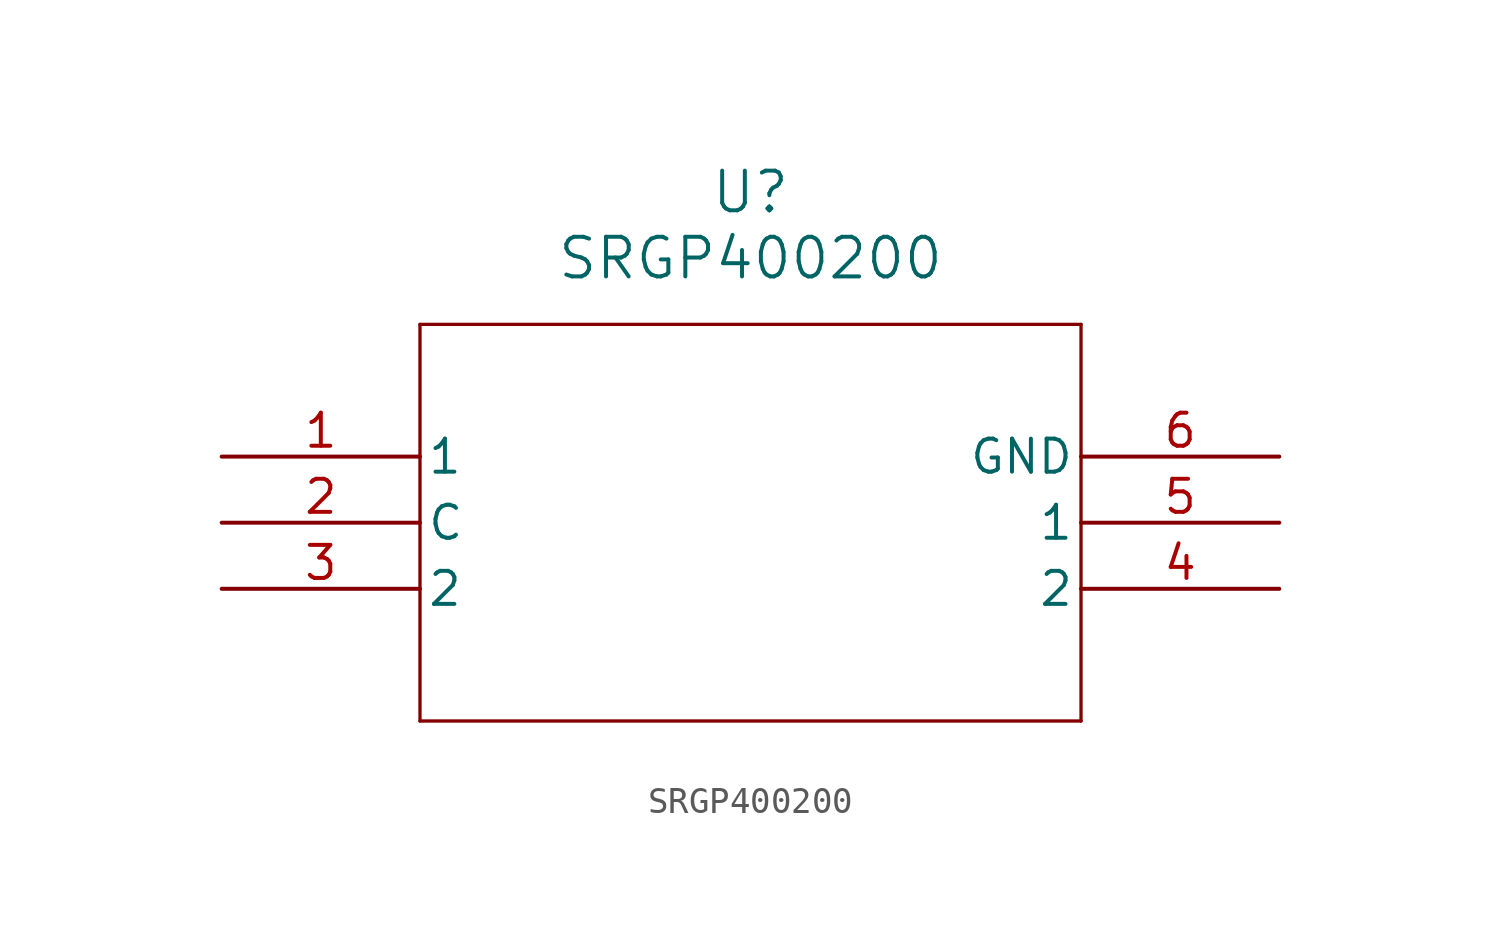
<source format=kicad_sym>
(kicad_symbol_lib
  (version 20211014)
  (generator kicad_symbol_editor)
  (symbol "SRGP400200"
    (pin_names
      (offset 0.254))
    (property "Reference" "U"
      (at 20.32 10.16 0)
      (effects (font (size 1.524 1.524))))
    (property "Value" "SRGP400200"
      (at 20.32 7.62 0)
      (effects (font (size 1.524 1.524))))
    (symbol "SRGP400200_0_1"
      (polyline (pts (xy 7.62 5.08) (xy 7.62 -10.16)) (stroke (width 0.127) (type default) (color 0 0 0 0)) (fill (type none)))
      (polyline (pts (xy 7.62 -10.16) (xy 33.02 -10.16)) (stroke (width 0.127) (type default) (color 0 0 0 0)) (fill (type none)))
      (polyline (pts (xy 33.02 -10.16) (xy 33.02 5.08)) (stroke (width 0.127) (type default) (color 0 0 0 0)) (fill (type none)))
      (polyline (pts (xy 33.02 5.08) (xy 7.62 5.08)) (stroke (width 0.127) (type default) (color 0 0 0 0)) (fill (type none)))
      (pin unspecified line (at 0 0 0) (length 7.62) (name "1" (effects (font (size 1.27 1.27)))) (number "1" (effects (font (size 1.27 1.27)))))
      (pin unspecified line (at 0 -2.54 0) (length 7.62) (name "C" (effects (font (size 1.27 1.27)))) (number "2" (effects (font (size 1.27 1.27)))))
      (pin unspecified line (at 0 -5.08 0) (length 7.62) (name "2" (effects (font (size 1.27 1.27)))) (number "3" (effects (font (size 1.27 1.27)))))
      (pin unspecified line (at 40.64 -5.08 180) (length 7.62) (name "2" (effects (font (size 1.27 1.27)))) (number "4" (effects (font (size 1.27 1.27)))))
      (pin unspecified line (at 40.64 -2.54 180) (length 7.62) (name "1" (effects (font (size 1.27 1.27)))) (number "5" (effects (font (size 1.27 1.27)))))
      (pin power_out line (at 40.64 0 180) (length 7.62) (name "GND" (effects (font (size 1.27 1.27)))) (number "6" (effects (font (size 1.27 1.27))))))))
</source>
